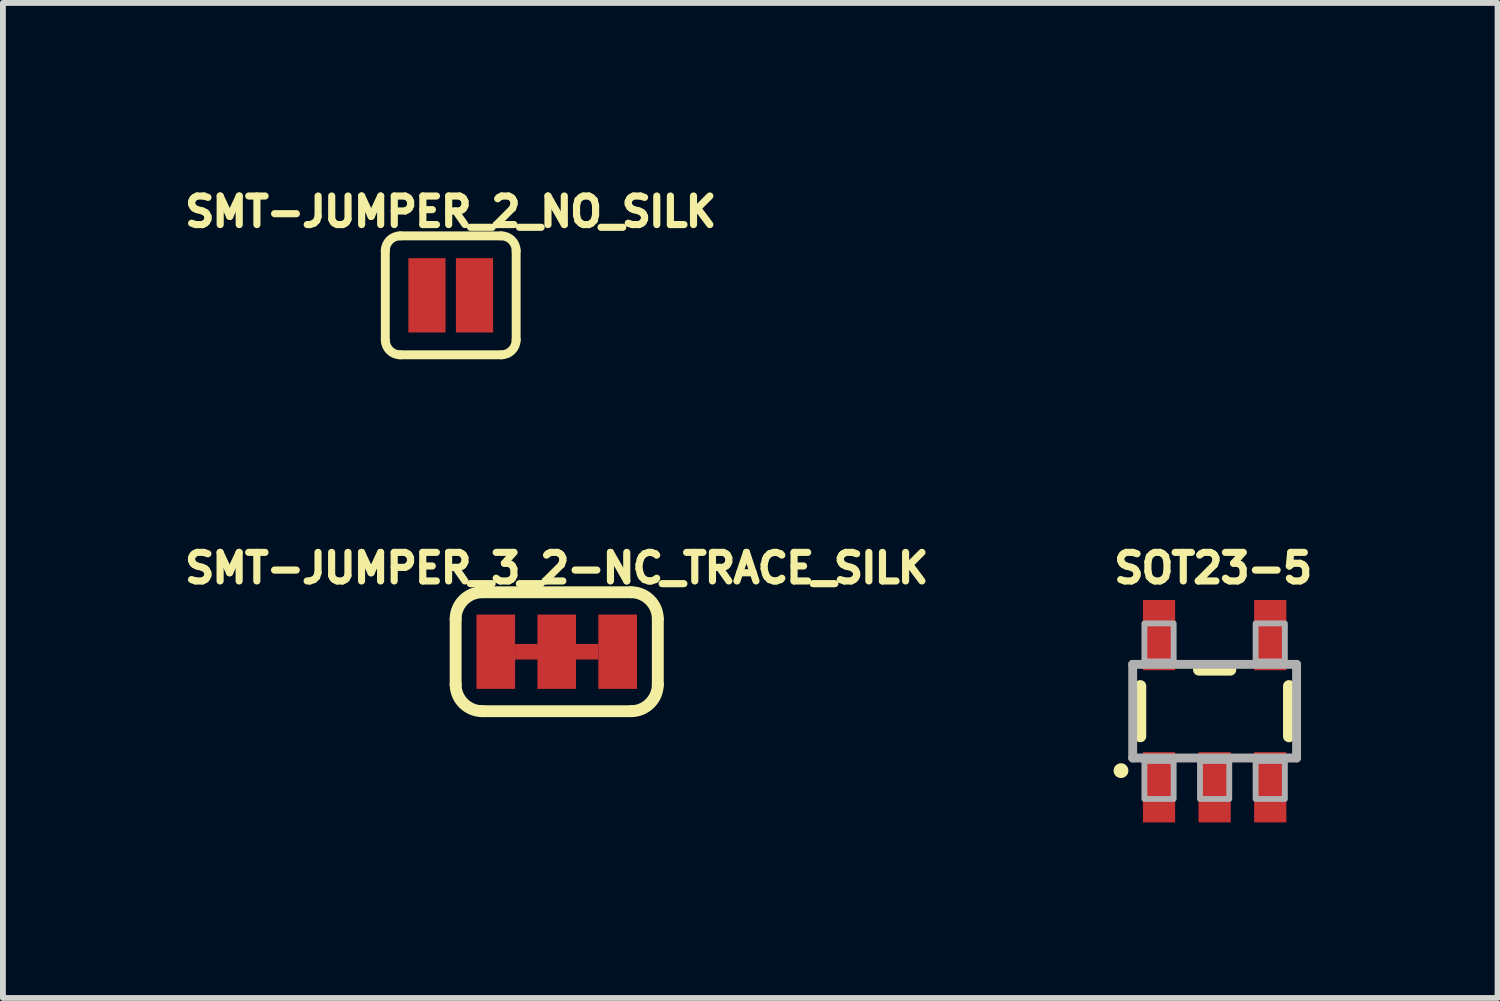
<source format=kicad_pcb>
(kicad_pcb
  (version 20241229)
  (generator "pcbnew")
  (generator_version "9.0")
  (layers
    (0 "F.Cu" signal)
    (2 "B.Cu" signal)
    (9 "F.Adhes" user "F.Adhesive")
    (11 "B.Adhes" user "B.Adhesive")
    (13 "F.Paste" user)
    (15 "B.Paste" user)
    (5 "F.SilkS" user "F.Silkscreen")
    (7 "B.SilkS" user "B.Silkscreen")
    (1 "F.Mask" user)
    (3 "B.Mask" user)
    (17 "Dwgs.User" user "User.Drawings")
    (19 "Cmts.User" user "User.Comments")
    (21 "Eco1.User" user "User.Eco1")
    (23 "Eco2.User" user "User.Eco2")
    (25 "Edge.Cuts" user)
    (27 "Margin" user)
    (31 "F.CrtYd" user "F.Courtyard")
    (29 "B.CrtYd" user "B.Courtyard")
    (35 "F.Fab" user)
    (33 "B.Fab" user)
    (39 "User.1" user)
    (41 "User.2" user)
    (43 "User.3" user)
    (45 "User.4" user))
  (footprint "SOT23-5"
    (layer "F.Cu")
    (at 17.703 9.101)
    (property "Reference" "SOT23-5" (at -1.778 -2.159 0) (unlocked yes) (layer "F.SilkS") (effects (font (size 0.488 0.488) (thickness 0.122)) (justify left bottom)))
    (fp_line (start -1.27 0.429) (end -1.27 -0.429) (stroke (width 0.203) (type solid)) (layer "F.SilkS"))
    (fp_line (start -0.268 -0.709) (end 0.268 -0.709) (stroke (width 0.203) (type solid)) (layer "F.SilkS"))
    (fp_line (start 1.27 -0.429) (end 1.27 0.429) (stroke (width 0.203) (type solid)) (layer "F.SilkS"))
    (fp_circle (center -1.6 1.016) (end -1.537 1.016) (stroke (width 0.127) (type solid)) (fill yes) (layer "F.SilkS"))
    (fp_line (start -1.4 -0.8) (end -1.4 0.8) (stroke (width 0.152) (type solid)) (layer "F.Fab"))
    (fp_line (start -1.4 -0.8) (end 1.4 -0.8) (stroke (width 0.152) (type solid)) (layer "F.Fab"))
    (fp_line (start 1.4 -0.8) (end 1.4 0.8) (stroke (width 0.152) (type solid)) (layer "F.Fab"))
    (fp_line (start 1.4 0.8) (end -1.4 0.8) (stroke (width 0.152) (type solid)) (layer "F.Fab"))
    (fp_poly (pts (xy -1.2 -0.85) (xy -0.7 -0.85) (xy -0.7 -1.5) (xy -1.2 -1.5)) (stroke (width 0.1) (type default)) (fill no) (layer "F.Fab"))
    (fp_poly (pts (xy -1.2 1.5) (xy -0.7 1.5) (xy -0.7 0.85) (xy -1.2 0.85)) (stroke (width 0.1) (type default)) (fill no) (layer "F.Fab"))
    (fp_poly (pts (xy -0.25 1.5) (xy 0.25 1.5) (xy 0.25 0.85) (xy -0.25 0.85)) (stroke (width 0.1) (type default)) (fill no) (layer "F.Fab"))
    (fp_poly (pts (xy 0.7 -0.85) (xy 1.2 -0.85) (xy 1.2 -1.5) (xy 0.7 -1.5)) (stroke (width 0.1) (type default)) (fill no) (layer "F.Fab"))
    (fp_poly (pts (xy 0.7 1.5) (xy 1.2 1.5) (xy 1.2 0.85) (xy 0.7 0.85)) (stroke (width 0.1) (type default)) (fill no) (layer "F.Fab"))
    (pad "1" smd rect (at -0.95 1.3) (size 0.55 1.2) (layers "F.Cu" "F.Mask" "F.Paste"))
    (pad "2" smd rect (at 0 1.3) (size 0.55 1.2) (layers "F.Cu" "F.Mask" "F.Paste"))
    (pad "3" smd rect (at 0.95 1.3) (size 0.55 1.2) (layers "F.Cu" "F.Mask" "F.Paste"))
    (pad "4" smd rect (at 0.95 -1.3) (size 0.55 1.2) (layers "F.Cu" "F.Mask" "F.Paste"))
    (pad "5" smd rect (at -0.95 -1.3) (size 0.55 1.2) (layers "F.Cu" "F.Mask" "F.Paste")))
  (footprint "SMT-JUMPER_3_2-NC_TRACE_SILK"
    (layer "F.Cu")
    (at 6.462 8.085)
    (property "Reference" "SMT-JUMPER_3_2-NC_TRACE_SILK" (at 0 -1.143 0) (unlocked yes) (layer "F.SilkS") (effects (font (size 0.488 0.488) (thickness 0.122)) (justify bottom)))
    (fp_poly (pts (xy 0.711 0.133) (xy -0.711 0.133) (xy -0.711 -0.133) (xy 0.711 -0.133)) (stroke (width 0) (type default)) (fill yes) (layer "F.Cu"))
    (fp_poly (pts (xy -0.254 0.191) (xy -0.762 0.191) (xy -0.762 -0.191) (xy -0.254 -0.191)) (stroke (width 0) (type default)) (fill yes) (layer "F.Mask"))
    (fp_poly (pts (xy 0.762 0.191) (xy 0.254 0.191) (xy 0.254 -0.191) (xy 0.762 -0.191)) (stroke (width 0) (type default)) (fill yes) (layer "F.Mask"))
    (fp_line (start -1.727 0.559) (end -1.727 -0.559) (stroke (width 0.203) (type solid)) (layer "F.SilkS"))
    (fp_line (start -1.27 -1.016) (end 1.27 -1.016) (stroke (width 0.203) (type solid)) (layer "F.SilkS"))
    (fp_line (start 1.27 1.016) (end -1.27 1.016) (stroke (width 0.203) (type solid)) (layer "F.SilkS"))
    (fp_line (start 1.727 0.559) (end 1.727 -0.559) (stroke (width 0.203) (type solid)) (layer "F.SilkS"))
    (fp_arc (start -1.7272 -0.5588) (mid -1.593289 -0.882089) (end -1.27 -1.016) (stroke (width 0.2032) (type solid)) (layer "F.SilkS"))
    (fp_arc (start -1.27 1.016) (mid -1.593289 0.882089) (end -1.7272 0.5588) (stroke (width 0.2032) (type solid)) (layer "F.SilkS"))
    (fp_arc (start 1.27 -1.016) (mid 1.593289 -0.882089) (end 1.7272 -0.5588) (stroke (width 0.2032) (type solid)) (layer "F.SilkS"))
    (fp_arc (start 1.7272 0.5588) (mid 1.593289 0.882089) (end 1.27 1.016) (stroke (width 0.2032) (type solid)) (layer "F.SilkS"))
    (pad "1" smd rect (at -1.041 0) (size 0.66 1.27) (layers "F.Cu" "F.Mask"))
    (pad "2" smd rect (at 0 0) (size 0.66 1.27) (layers "F.Cu" "F.Mask"))
    (pad "3" smd rect (at 1.041 0) (size 0.66 1.27) (layers "F.Cu" "F.Mask")))
  (footprint "SMT-JUMPER_2_NO_SILK"
    (layer "F.Cu")
    (at 4.651 1.996)
    (property "Reference" "SMT-JUMPER_2_NO_SILK" (at 0 -1.143 0) (unlocked yes) (layer "F.SilkS") (effects (font (size 0.488 0.488) (thickness 0.122)) (justify bottom)))
    (fp_line (start -1.118 0.762) (end -1.118 -0.762) (stroke (width 0.152) (type solid)) (layer "F.SilkS"))
    (fp_line (start -0.864 -1.016) (end 0.864 -1.016) (stroke (width 0.152) (type solid)) (layer "F.SilkS"))
    (fp_line (start 0.864 1.016) (end -0.864 1.016) (stroke (width 0.152) (type solid)) (layer "F.SilkS"))
    (fp_line (start 1.118 0.762) (end 1.118 -0.762) (stroke (width 0.152) (type solid)) (layer "F.SilkS"))
    (fp_arc (start -1.1176 -0.762) (mid -1.043205 -0.941605) (end -0.8636 -1.016) (stroke (width 0.1524) (type solid)) (layer "F.SilkS"))
    (fp_arc (start -0.8636 1.016) (mid -1.043205 0.941605) (end -1.1176 0.762) (stroke (width 0.1524) (type solid)) (layer "F.SilkS"))
    (fp_arc (start 0.8636 -1.016) (mid 1.043205 -0.941605) (end 1.1176 -0.762) (stroke (width 0.1524) (type solid)) (layer "F.SilkS"))
    (fp_arc (start 1.1176 0.762) (mid 1.043205 0.941605) (end 0.8636 1.016) (stroke (width 0.1524) (type solid)) (layer "F.SilkS"))
    (pad "1" smd rect (at -0.406 0) (size 0.635 1.27) (layers "F.Cu" "F.Mask"))
    (pad "2" smd rect (at 0.406 0) (size 0.635 1.27) (layers "F.Cu" "F.Mask")))
  (gr_rect
    (start -3 -3)
    (end 22.537 14.001)
    (stroke (width 0.1) (type default))
    (fill no)
    (layer "Edge.Cuts")))
</source>
